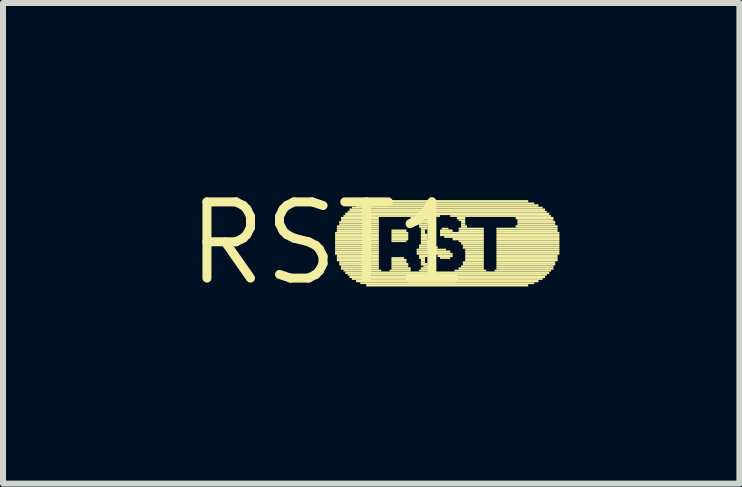
<source format=kicad_pcb>
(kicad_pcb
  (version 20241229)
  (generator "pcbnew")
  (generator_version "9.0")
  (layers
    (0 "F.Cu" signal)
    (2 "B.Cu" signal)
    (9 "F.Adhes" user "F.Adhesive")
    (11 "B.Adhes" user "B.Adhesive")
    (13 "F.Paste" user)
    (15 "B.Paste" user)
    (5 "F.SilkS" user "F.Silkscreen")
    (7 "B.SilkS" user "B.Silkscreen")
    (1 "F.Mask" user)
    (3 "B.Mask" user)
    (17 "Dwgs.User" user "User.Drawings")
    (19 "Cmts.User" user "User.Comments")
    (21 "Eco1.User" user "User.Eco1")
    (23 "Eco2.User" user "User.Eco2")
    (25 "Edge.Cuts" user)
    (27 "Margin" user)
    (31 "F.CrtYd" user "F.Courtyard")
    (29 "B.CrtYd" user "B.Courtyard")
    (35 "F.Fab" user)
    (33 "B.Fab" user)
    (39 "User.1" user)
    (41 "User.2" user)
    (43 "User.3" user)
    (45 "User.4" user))
  (footprint "RST1"
    (layer "F.Cu")
    (at 2.426 1.006)
    (property "Reference" "RST1" (at 0 0 0) (layer "F.SilkS") (effects (font (size 1.27 1.27) (thickness 0.15))))
    (fp_poly (pts (xy 0.11 -0.16) (xy 0.84 -0.16) (xy 0.84 -0.19) (xy 0.11 -0.19)) (stroke (width 0) (type default)) (fill yes) (layer "F.SilkS"))
    (fp_poly (pts (xy 0.11 -0.12) (xy 0.84 -0.12) (xy 0.84 -0.16) (xy 0.11 -0.16)) (stroke (width 0) (type default)) (fill yes) (layer "F.SilkS"))
    (fp_poly (pts (xy 0.11 -0.09) (xy 0.84 -0.09) (xy 0.84 -0.12) (xy 0.11 -0.12)) (stroke (width 0) (type default)) (fill yes) (layer "F.SilkS"))
    (fp_poly (pts (xy 0.11 -0.05) (xy 0.84 -0.05) (xy 0.84 -0.09) (xy 0.11 -0.09)) (stroke (width 0) (type default)) (fill yes) (layer "F.SilkS"))
    (fp_poly (pts (xy 0.11 -0.02) (xy 0.84 -0.02) (xy 0.84 -0.05) (xy 0.11 -0.05)) (stroke (width 0) (type default)) (fill yes) (layer "F.SilkS"))
    (fp_poly (pts (xy 0.11 0.02) (xy 0.84 0.02) (xy 0.84 -0.02) (xy 0.11 -0.02)) (stroke (width 0) (type default)) (fill yes) (layer "F.SilkS"))
    (fp_poly (pts (xy 0.11 0.05) (xy 0.84 0.05) (xy 0.84 0.02) (xy 0.11 0.02)) (stroke (width 0) (type default)) (fill yes) (layer "F.SilkS"))
    (fp_poly (pts (xy 0.11 0.09) (xy 0.84 0.09) (xy 0.84 0.05) (xy 0.11 0.05)) (stroke (width 0) (type default)) (fill yes) (layer "F.SilkS"))
    (fp_poly (pts (xy 0.11 0.12) (xy 0.84 0.12) (xy 0.84 0.09) (xy 0.11 0.09)) (stroke (width 0) (type default)) (fill yes) (layer "F.SilkS"))
    (fp_poly (pts (xy 0.11 0.16) (xy 0.84 0.16) (xy 0.84 0.12) (xy 0.11 0.12)) (stroke (width 0) (type default)) (fill yes) (layer "F.SilkS"))
    (fp_poly (pts (xy 0.11 0.19) (xy 0.84 0.19) (xy 0.84 0.16) (xy 0.11 0.16)) (stroke (width 0) (type default)) (fill yes) (layer "F.SilkS"))
    (fp_poly (pts (xy 0.14 -0.26) (xy 0.84 -0.26) (xy 0.84 -0.3) (xy 0.14 -0.3)) (stroke (width 0) (type default)) (fill yes) (layer "F.SilkS"))
    (fp_poly (pts (xy 0.14 -0.23) (xy 0.84 -0.23) (xy 0.84 -0.26) (xy 0.14 -0.26)) (stroke (width 0) (type default)) (fill yes) (layer "F.SilkS"))
    (fp_poly (pts (xy 0.14 -0.19) (xy 0.84 -0.19) (xy 0.84 -0.23) (xy 0.14 -0.23)) (stroke (width 0) (type default)) (fill yes) (layer "F.SilkS"))
    (fp_poly (pts (xy 0.14 0.23) (xy 0.84 0.23) (xy 0.84 0.19) (xy 0.14 0.19)) (stroke (width 0) (type default)) (fill yes) (layer "F.SilkS"))
    (fp_poly (pts (xy 0.14 0.26) (xy 0.84 0.26) (xy 0.84 0.23) (xy 0.14 0.23)) (stroke (width 0) (type default)) (fill yes) (layer "F.SilkS"))
    (fp_poly (pts (xy 0.14 0.3) (xy 0.84 0.3) (xy 0.84 0.26) (xy 0.14 0.26)) (stroke (width 0) (type default)) (fill yes) (layer "F.SilkS"))
    (fp_poly (pts (xy 0.18 -0.33) (xy 0.84 -0.33) (xy 0.84 -0.37) (xy 0.18 -0.37)) (stroke (width 0) (type default)) (fill yes) (layer "F.SilkS"))
    (fp_poly (pts (xy 0.18 -0.3) (xy 0.84 -0.3) (xy 0.84 -0.33) (xy 0.18 -0.33)) (stroke (width 0) (type default)) (fill yes) (layer "F.SilkS"))
    (fp_poly (pts (xy 0.18 0.33) (xy 0.84 0.33) (xy 0.84 0.3) (xy 0.18 0.3)) (stroke (width 0) (type default)) (fill yes) (layer "F.SilkS"))
    (fp_poly (pts (xy 0.18 0.37) (xy 0.84 0.37) (xy 0.84 0.33) (xy 0.18 0.33)) (stroke (width 0) (type default)) (fill yes) (layer "F.SilkS"))
    (fp_poly (pts (xy 0.21 -0.4) (xy 0.84 -0.4) (xy 0.84 -0.44) (xy 0.21 -0.44)) (stroke (width 0) (type default)) (fill yes) (layer "F.SilkS"))
    (fp_poly (pts (xy 0.21 -0.37) (xy 0.84 -0.37) (xy 0.84 -0.4) (xy 0.21 -0.4)) (stroke (width 0) (type default)) (fill yes) (layer "F.SilkS"))
    (fp_poly (pts (xy 0.21 0.4) (xy 0.84 0.4) (xy 0.84 0.37) (xy 0.21 0.37)) (stroke (width 0) (type default)) (fill yes) (layer "F.SilkS"))
    (fp_poly (pts (xy 0.21 0.44) (xy 0.84 0.44) (xy 0.84 0.4) (xy 0.21 0.4)) (stroke (width 0) (type default)) (fill yes) (layer "F.SilkS"))
    (fp_poly (pts (xy 0.25 -0.44) (xy 1.86 -0.44) (xy 1.86 -0.47) (xy 0.25 -0.47)) (stroke (width 0) (type default)) (fill yes) (layer "F.SilkS"))
    (fp_poly (pts (xy 0.25 0.47) (xy 0.88 0.47) (xy 0.88 0.44) (xy 0.25 0.44)) (stroke (width 0) (type default)) (fill yes) (layer "F.SilkS"))
    (fp_poly (pts (xy 0.28 -0.47) (xy 3.68 -0.47) (xy 3.68 -0.51) (xy 0.28 -0.51)) (stroke (width 0) (type default)) (fill yes) (layer "F.SilkS"))
    (fp_poly (pts (xy 0.28 0.51) (xy 3.68 0.51) (xy 3.68 0.47) (xy 0.28 0.47)) (stroke (width 0) (type default)) (fill yes) (layer "F.SilkS"))
    (fp_poly (pts (xy 0.32 -0.51) (xy 3.64 -0.51) (xy 3.64 -0.54) (xy 0.32 -0.54)) (stroke (width 0) (type default)) (fill yes) (layer "F.SilkS"))
    (fp_poly (pts (xy 0.32 0.54) (xy 3.64 0.54) (xy 3.64 0.51) (xy 0.32 0.51)) (stroke (width 0) (type default)) (fill yes) (layer "F.SilkS"))
    (fp_poly (pts (xy 0.35 -0.54) (xy 3.61 -0.54) (xy 3.61 -0.58) (xy 0.35 -0.58)) (stroke (width 0) (type default)) (fill yes) (layer "F.SilkS"))
    (fp_poly (pts (xy 0.35 0.58) (xy 3.61 0.58) (xy 3.61 0.54) (xy 0.35 0.54)) (stroke (width 0) (type default)) (fill yes) (layer "F.SilkS"))
    (fp_poly (pts (xy 0.39 -0.58) (xy 3.57 -0.58) (xy 3.57 -0.61) (xy 0.39 -0.61)) (stroke (width 0) (type default)) (fill yes) (layer "F.SilkS"))
    (fp_poly (pts (xy 0.39 0.61) (xy 3.57 0.61) (xy 3.57 0.58) (xy 0.39 0.58)) (stroke (width 0) (type default)) (fill yes) (layer "F.SilkS"))
    (fp_poly (pts (xy 0.46 -0.61) (xy 3.5 -0.61) (xy 3.5 -0.65) (xy 0.46 -0.65)) (stroke (width 0) (type default)) (fill yes) (layer "F.SilkS"))
    (fp_poly (pts (xy 0.46 0.65) (xy 3.5 0.65) (xy 3.5 0.61) (xy 0.46 0.61)) (stroke (width 0) (type default)) (fill yes) (layer "F.SilkS"))
    (fp_poly (pts (xy 0.53 -0.65) (xy 3.43 -0.65) (xy 3.43 -0.68) (xy 0.53 -0.68)) (stroke (width 0) (type default)) (fill yes) (layer "F.SilkS"))
    (fp_poly (pts (xy 0.53 0.68) (xy 3.43 0.68) (xy 3.43 0.65) (xy 0.53 0.65)) (stroke (width 0) (type default)) (fill yes) (layer "F.SilkS"))
    (fp_poly (pts (xy 0.63 -0.68) (xy 3.33 -0.68) (xy 3.33 -0.72) (xy 0.63 -0.72)) (stroke (width 0) (type default)) (fill yes) (layer "F.SilkS"))
    (fp_poly (pts (xy 0.63 0.72) (xy 3.33 0.72) (xy 3.33 0.68) (xy 0.63 0.68)) (stroke (width 0) (type default)) (fill yes) (layer "F.SilkS"))
    (fp_poly (pts (xy 1.02 0.47) (xy 1.37 0.47) (xy 1.37 0.44) (xy 1.02 0.44)) (stroke (width 0) (type default)) (fill yes) (layer "F.SilkS"))
    (fp_poly (pts (xy 1.05 -0.19) (xy 1.3 -0.19) (xy 1.3 -0.23) (xy 1.05 -0.23)) (stroke (width 0) (type default)) (fill yes) (layer "F.SilkS"))
    (fp_poly (pts (xy 1.05 -0.16) (xy 1.33 -0.16) (xy 1.33 -0.19) (xy 1.05 -0.19)) (stroke (width 0) (type default)) (fill yes) (layer "F.SilkS"))
    (fp_poly (pts (xy 1.05 -0.12) (xy 1.33 -0.12) (xy 1.33 -0.16) (xy 1.05 -0.16)) (stroke (width 0) (type default)) (fill yes) (layer "F.SilkS"))
    (fp_poly (pts (xy 1.05 -0.09) (xy 1.33 -0.09) (xy 1.33 -0.12) (xy 1.05 -0.12)) (stroke (width 0) (type default)) (fill yes) (layer "F.SilkS"))
    (fp_poly (pts (xy 1.05 -0.05) (xy 1.33 -0.05) (xy 1.33 -0.09) (xy 1.05 -0.09)) (stroke (width 0) (type default)) (fill yes) (layer "F.SilkS"))
    (fp_poly (pts (xy 1.05 -0.02) (xy 1.3 -0.02) (xy 1.3 -0.05) (xy 1.05 -0.05)) (stroke (width 0) (type default)) (fill yes) (layer "F.SilkS"))
    (fp_poly (pts (xy 1.05 0.26) (xy 1.26 0.26) (xy 1.26 0.23) (xy 1.05 0.23)) (stroke (width 0) (type default)) (fill yes) (layer "F.SilkS"))
    (fp_poly (pts (xy 1.05 0.3) (xy 1.3 0.3) (xy 1.3 0.26) (xy 1.05 0.26)) (stroke (width 0) (type default)) (fill yes) (layer "F.SilkS"))
    (fp_poly (pts (xy 1.05 0.33) (xy 1.3 0.33) (xy 1.3 0.3) (xy 1.05 0.3)) (stroke (width 0) (type default)) (fill yes) (layer "F.SilkS"))
    (fp_poly (pts (xy 1.05 0.37) (xy 1.33 0.37) (xy 1.33 0.33) (xy 1.05 0.33)) (stroke (width 0) (type default)) (fill yes) (layer "F.SilkS"))
    (fp_poly (pts (xy 1.05 0.4) (xy 1.33 0.4) (xy 1.33 0.37) (xy 1.05 0.37)) (stroke (width 0) (type default)) (fill yes) (layer "F.SilkS"))
    (fp_poly (pts (xy 1.05 0.44) (xy 1.37 0.44) (xy 1.37 0.4) (xy 1.05 0.4)) (stroke (width 0) (type default)) (fill yes) (layer "F.SilkS"))
    (fp_poly (pts (xy 1.37 -0.4) (xy 1.75 -0.4) (xy 1.75 -0.44) (xy 1.37 -0.44)) (stroke (width 0) (type default)) (fill yes) (layer "F.SilkS"))
    (fp_poly (pts (xy 1.4 -0.37) (xy 1.72 -0.37) (xy 1.72 -0.4) (xy 1.4 -0.4)) (stroke (width 0) (type default)) (fill yes) (layer "F.SilkS"))
    (fp_poly (pts (xy 1.47 -0.33) (xy 1.68 -0.33) (xy 1.68 -0.37) (xy 1.47 -0.37)) (stroke (width 0) (type default)) (fill yes) (layer "F.SilkS"))
    (fp_poly (pts (xy 1.47 0.12) (xy 1.96 0.12) (xy 1.96 0.09) (xy 1.47 0.09)) (stroke (width 0) (type default)) (fill yes) (layer "F.SilkS"))
    (fp_poly (pts (xy 1.47 0.16) (xy 2.03 0.16) (xy 2.03 0.12) (xy 1.47 0.12)) (stroke (width 0) (type default)) (fill yes) (layer "F.SilkS"))
    (fp_poly (pts (xy 1.47 0.19) (xy 1.68 0.19) (xy 1.68 0.16) (xy 1.47 0.16)) (stroke (width 0) (type default)) (fill yes) (layer "F.SilkS"))
    (fp_poly (pts (xy 1.51 -0.3) (xy 1.65 -0.3) (xy 1.65 -0.33) (xy 1.51 -0.33)) (stroke (width 0) (type default)) (fill yes) (layer "F.SilkS"))
    (fp_poly (pts (xy 1.51 -0.26) (xy 1.65 -0.26) (xy 1.65 -0.3) (xy 1.51 -0.3)) (stroke (width 0) (type default)) (fill yes) (layer "F.SilkS"))
    (fp_poly (pts (xy 1.51 0.05) (xy 1.75 0.05) (xy 1.75 0.02) (xy 1.51 0.02)) (stroke (width 0) (type default)) (fill yes) (layer "F.SilkS"))
    (fp_poly (pts (xy 1.51 0.09) (xy 1.82 0.09) (xy 1.82 0.05) (xy 1.51 0.05)) (stroke (width 0) (type default)) (fill yes) (layer "F.SilkS"))
    (fp_poly (pts (xy 1.51 0.23) (xy 1.65 0.23) (xy 1.65 0.19) (xy 1.51 0.19)) (stroke (width 0) (type default)) (fill yes) (layer "F.SilkS"))
    (fp_poly (pts (xy 1.51 0.26) (xy 1.61 0.26) (xy 1.61 0.23) (xy 1.51 0.23)) (stroke (width 0) (type default)) (fill yes) (layer "F.SilkS"))
    (fp_poly (pts (xy 1.51 0.47) (xy 1.79 0.47) (xy 1.79 0.44) (xy 1.51 0.44)) (stroke (width 0) (type default)) (fill yes) (layer "F.SilkS"))
    (fp_poly (pts (xy 1.54 -0.23) (xy 1.65 -0.23) (xy 1.65 -0.26) (xy 1.54 -0.26)) (stroke (width 0) (type default)) (fill yes) (layer "F.SilkS"))
    (fp_poly (pts (xy 1.54 -0.19) (xy 1.61 -0.19) (xy 1.61 -0.23) (xy 1.54 -0.23)) (stroke (width 0) (type default)) (fill yes) (layer "F.SilkS"))
    (fp_poly (pts (xy 1.54 -0.16) (xy 1.61 -0.16) (xy 1.61 -0.19) (xy 1.54 -0.19)) (stroke (width 0) (type default)) (fill yes) (layer "F.SilkS"))
    (fp_poly (pts (xy 1.54 -0.12) (xy 1.65 -0.12) (xy 1.65 -0.16) (xy 1.54 -0.16)) (stroke (width 0) (type default)) (fill yes) (layer "F.SilkS"))
    (fp_poly (pts (xy 1.54 -0.09) (xy 1.65 -0.09) (xy 1.65 -0.12) (xy 1.54 -0.12)) (stroke (width 0) (type default)) (fill yes) (layer "F.SilkS"))
    (fp_poly (pts (xy 1.54 -0.05) (xy 1.65 -0.05) (xy 1.65 -0.09) (xy 1.54 -0.09)) (stroke (width 0) (type default)) (fill yes) (layer "F.SilkS"))
    (fp_poly (pts (xy 1.54 -0.02) (xy 1.68 -0.02) (xy 1.68 -0.05) (xy 1.54 -0.05)) (stroke (width 0) (type default)) (fill yes) (layer "F.SilkS"))
    (fp_poly (pts (xy 1.54 0.02) (xy 1.68 0.02) (xy 1.68 -0.02) (xy 1.54 -0.02)) (stroke (width 0) (type default)) (fill yes) (layer "F.SilkS"))
    (fp_poly (pts (xy 1.54 0.3) (xy 1.61 0.3) (xy 1.61 0.26) (xy 1.54 0.26)) (stroke (width 0) (type default)) (fill yes) (layer "F.SilkS"))
    (fp_poly (pts (xy 1.54 0.33) (xy 1.61 0.33) (xy 1.61 0.3) (xy 1.54 0.3)) (stroke (width 0) (type default)) (fill yes) (layer "F.SilkS"))
    (fp_poly (pts (xy 1.54 0.37) (xy 1.65 0.37) (xy 1.65 0.33) (xy 1.54 0.33)) (stroke (width 0) (type default)) (fill yes) (layer "F.SilkS"))
    (fp_poly (pts (xy 1.54 0.44) (xy 1.72 0.44) (xy 1.72 0.4) (xy 1.54 0.4)) (stroke (width 0) (type default)) (fill yes) (layer "F.SilkS"))
    (fp_poly (pts (xy 1.58 0.4) (xy 1.68 0.4) (xy 1.68 0.37) (xy 1.58 0.37)) (stroke (width 0) (type default)) (fill yes) (layer "F.SilkS"))
    (fp_poly (pts (xy 1.79 0.19) (xy 2.07 0.19) (xy 2.07 0.16) (xy 1.79 0.16)) (stroke (width 0) (type default)) (fill yes) (layer "F.SilkS"))
    (fp_poly (pts (xy 1.82 0.23) (xy 2.07 0.23) (xy 2.07 0.19) (xy 1.82 0.19)) (stroke (width 0) (type default)) (fill yes) (layer "F.SilkS"))
    (fp_poly (pts (xy 1.86 -0.19) (xy 2.07 -0.19) (xy 2.07 -0.23) (xy 1.86 -0.23)) (stroke (width 0) (type default)) (fill yes) (layer "F.SilkS"))
    (fp_poly (pts (xy 1.86 -0.16) (xy 2.59 -0.16) (xy 2.59 -0.19) (xy 1.86 -0.19)) (stroke (width 0) (type default)) (fill yes) (layer "F.SilkS"))
    (fp_poly (pts (xy 1.86 -0.12) (xy 2.59 -0.12) (xy 2.59 -0.16) (xy 1.86 -0.16)) (stroke (width 0) (type default)) (fill yes) (layer "F.SilkS"))
    (fp_poly (pts (xy 1.86 0.26) (xy 2.03 0.26) (xy 2.03 0.23) (xy 1.86 0.23)) (stroke (width 0) (type default)) (fill yes) (layer "F.SilkS"))
    (fp_poly (pts (xy 1.89 -0.23) (xy 2 -0.23) (xy 2 -0.26) (xy 1.89 -0.26)) (stroke (width 0) (type default)) (fill yes) (layer "F.SilkS"))
    (fp_poly (pts (xy 1.93 -0.09) (xy 2.59 -0.09) (xy 2.59 -0.12) (xy 1.93 -0.12)) (stroke (width 0) (type default)) (fill yes) (layer "F.SilkS"))
    (fp_poly (pts (xy 2.03 -0.44) (xy 3.71 -0.44) (xy 3.71 -0.47) (xy 2.03 -0.47)) (stroke (width 0) (type default)) (fill yes) (layer "F.SilkS"))
    (fp_poly (pts (xy 2.07 -0.05) (xy 2.59 -0.05) (xy 2.59 -0.09) (xy 2.07 -0.09)) (stroke (width 0) (type default)) (fill yes) (layer "F.SilkS"))
    (fp_poly (pts (xy 2.1 0.47) (xy 2.63 0.47) (xy 2.63 0.44) (xy 2.1 0.44)) (stroke (width 0) (type default)) (fill yes) (layer "F.SilkS"))
    (fp_poly (pts (xy 2.14 -0.4) (xy 2.28 -0.4) (xy 2.28 -0.44) (xy 2.14 -0.44)) (stroke (width 0) (type default)) (fill yes) (layer "F.SilkS"))
    (fp_poly (pts (xy 2.17 -0.37) (xy 2.28 -0.37) (xy 2.28 -0.4) (xy 2.17 -0.4)) (stroke (width 0) (type default)) (fill yes) (layer "F.SilkS"))
    (fp_poly (pts (xy 2.17 -0.23) (xy 2.59 -0.23) (xy 2.59 -0.26) (xy 2.17 -0.26)) (stroke (width 0) (type default)) (fill yes) (layer "F.SilkS"))
    (fp_poly (pts (xy 2.17 -0.19) (xy 2.59 -0.19) (xy 2.59 -0.23) (xy 2.17 -0.23)) (stroke (width 0) (type default)) (fill yes) (layer "F.SilkS"))
    (fp_poly (pts (xy 2.17 -0.02) (xy 2.59 -0.02) (xy 2.59 -0.05) (xy 2.17 -0.05)) (stroke (width 0) (type default)) (fill yes) (layer "F.SilkS"))
    (fp_poly (pts (xy 2.17 0.44) (xy 2.59 0.44) (xy 2.59 0.4) (xy 2.17 0.4)) (stroke (width 0) (type default)) (fill yes) (layer "F.SilkS"))
    (fp_poly (pts (xy 2.21 -0.33) (xy 2.28 -0.33) (xy 2.28 -0.37) (xy 2.21 -0.37)) (stroke (width 0) (type default)) (fill yes) (layer "F.SilkS"))
    (fp_poly (pts (xy 2.21 -0.3) (xy 2.28 -0.3) (xy 2.28 -0.33) (xy 2.21 -0.33)) (stroke (width 0) (type default)) (fill yes) (layer "F.SilkS"))
    (fp_poly (pts (xy 2.21 -0.26) (xy 2.31 -0.26) (xy 2.31 -0.3) (xy 2.21 -0.3)) (stroke (width 0) (type default)) (fill yes) (layer "F.SilkS"))
    (fp_poly (pts (xy 2.21 0.02) (xy 2.59 0.02) (xy 2.59 -0.02) (xy 2.21 -0.02)) (stroke (width 0) (type default)) (fill yes) (layer "F.SilkS"))
    (fp_poly (pts (xy 2.21 0.4) (xy 2.59 0.4) (xy 2.59 0.37) (xy 2.21 0.37)) (stroke (width 0) (type default)) (fill yes) (layer "F.SilkS"))
    (fp_poly (pts (xy 2.24 0.05) (xy 2.59 0.05) (xy 2.59 0.02) (xy 2.24 0.02)) (stroke (width 0) (type default)) (fill yes) (layer "F.SilkS"))
    (fp_poly (pts (xy 2.24 0.09) (xy 2.59 0.09) (xy 2.59 0.05) (xy 2.24 0.05)) (stroke (width 0) (type default)) (fill yes) (layer "F.SilkS"))
    (fp_poly (pts (xy 2.24 0.33) (xy 2.59 0.33) (xy 2.59 0.3) (xy 2.24 0.3)) (stroke (width 0) (type default)) (fill yes) (layer "F.SilkS"))
    (fp_poly (pts (xy 2.24 0.37) (xy 2.59 0.37) (xy 2.59 0.33) (xy 2.24 0.33)) (stroke (width 0) (type default)) (fill yes) (layer "F.SilkS"))
    (fp_poly (pts (xy 2.28 0.12) (xy 2.59 0.12) (xy 2.59 0.09) (xy 2.28 0.09)) (stroke (width 0) (type default)) (fill yes) (layer "F.SilkS"))
    (fp_poly (pts (xy 2.28 0.16) (xy 2.59 0.16) (xy 2.59 0.12) (xy 2.28 0.12)) (stroke (width 0) (type default)) (fill yes) (layer "F.SilkS"))
    (fp_poly (pts (xy 2.28 0.19) (xy 2.59 0.19) (xy 2.59 0.16) (xy 2.28 0.16)) (stroke (width 0) (type default)) (fill yes) (layer "F.SilkS"))
    (fp_poly (pts (xy 2.28 0.23) (xy 2.59 0.23) (xy 2.59 0.19) (xy 2.28 0.19)) (stroke (width 0) (type default)) (fill yes) (layer "F.SilkS"))
    (fp_poly (pts (xy 2.28 0.26) (xy 2.59 0.26) (xy 2.59 0.23) (xy 2.28 0.23)) (stroke (width 0) (type default)) (fill yes) (layer "F.SilkS"))
    (fp_poly (pts (xy 2.28 0.3) (xy 2.59 0.3) (xy 2.59 0.26) (xy 2.28 0.26)) (stroke (width 0) (type default)) (fill yes) (layer "F.SilkS"))
    (fp_poly (pts (xy 2.77 0.47) (xy 3.71 0.47) (xy 3.71 0.44) (xy 2.77 0.44)) (stroke (width 0) (type default)) (fill yes) (layer "F.SilkS"))
    (fp_poly (pts (xy 2.8 -0.23) (xy 3.82 -0.23) (xy 3.82 -0.26) (xy 2.8 -0.26)) (stroke (width 0) (type default)) (fill yes) (layer "F.SilkS"))
    (fp_poly (pts (xy 2.8 -0.19) (xy 3.82 -0.19) (xy 3.82 -0.23) (xy 2.8 -0.23)) (stroke (width 0) (type default)) (fill yes) (layer "F.SilkS"))
    (fp_poly (pts (xy 2.8 -0.16) (xy 3.85 -0.16) (xy 3.85 -0.19) (xy 2.8 -0.19)) (stroke (width 0) (type default)) (fill yes) (layer "F.SilkS"))
    (fp_poly (pts (xy 2.8 -0.12) (xy 3.85 -0.12) (xy 3.85 -0.16) (xy 2.8 -0.16)) (stroke (width 0) (type default)) (fill yes) (layer "F.SilkS"))
    (fp_poly (pts (xy 2.8 -0.09) (xy 3.85 -0.09) (xy 3.85 -0.12) (xy 2.8 -0.12)) (stroke (width 0) (type default)) (fill yes) (layer "F.SilkS"))
    (fp_poly (pts (xy 2.8 -0.05) (xy 3.85 -0.05) (xy 3.85 -0.09) (xy 2.8 -0.09)) (stroke (width 0) (type default)) (fill yes) (layer "F.SilkS"))
    (fp_poly (pts (xy 2.8 -0.02) (xy 3.85 -0.02) (xy 3.85 -0.05) (xy 2.8 -0.05)) (stroke (width 0) (type default)) (fill yes) (layer "F.SilkS"))
    (fp_poly (pts (xy 2.8 0.02) (xy 3.85 0.02) (xy 3.85 -0.02) (xy 2.8 -0.02)) (stroke (width 0) (type default)) (fill yes) (layer "F.SilkS"))
    (fp_poly (pts (xy 2.8 0.05) (xy 3.85 0.05) (xy 3.85 0.02) (xy 2.8 0.02)) (stroke (width 0) (type default)) (fill yes) (layer "F.SilkS"))
    (fp_poly (pts (xy 2.8 0.09) (xy 3.85 0.09) (xy 3.85 0.05) (xy 2.8 0.05)) (stroke (width 0) (type default)) (fill yes) (layer "F.SilkS"))
    (fp_poly (pts (xy 2.8 0.12) (xy 3.85 0.12) (xy 3.85 0.09) (xy 2.8 0.09)) (stroke (width 0) (type default)) (fill yes) (layer "F.SilkS"))
    (fp_poly (pts (xy 2.8 0.16) (xy 3.85 0.16) (xy 3.85 0.12) (xy 2.8 0.12)) (stroke (width 0) (type default)) (fill yes) (layer "F.SilkS"))
    (fp_poly (pts (xy 2.8 0.19) (xy 3.85 0.19) (xy 3.85 0.16) (xy 2.8 0.16)) (stroke (width 0) (type default)) (fill yes) (layer "F.SilkS"))
    (fp_poly (pts (xy 2.8 0.23) (xy 3.82 0.23) (xy 3.82 0.19) (xy 2.8 0.19)) (stroke (width 0) (type default)) (fill yes) (layer "F.SilkS"))
    (fp_poly (pts (xy 2.8 0.26) (xy 3.82 0.26) (xy 3.82 0.23) (xy 2.8 0.23)) (stroke (width 0) (type default)) (fill yes) (layer "F.SilkS"))
    (fp_poly (pts (xy 2.8 0.3) (xy 3.82 0.3) (xy 3.82 0.26) (xy 2.8 0.26)) (stroke (width 0) (type default)) (fill yes) (layer "F.SilkS"))
    (fp_poly (pts (xy 2.8 0.33) (xy 3.78 0.33) (xy 3.78 0.3) (xy 2.8 0.3)) (stroke (width 0) (type default)) (fill yes) (layer "F.SilkS"))
    (fp_poly (pts (xy 2.8 0.37) (xy 3.78 0.37) (xy 3.78 0.33) (xy 2.8 0.33)) (stroke (width 0) (type default)) (fill yes) (layer "F.SilkS"))
    (fp_poly (pts (xy 2.8 0.4) (xy 3.75 0.4) (xy 3.75 0.37) (xy 2.8 0.37)) (stroke (width 0) (type default)) (fill yes) (layer "F.SilkS"))
    (fp_poly (pts (xy 2.8 0.44) (xy 3.75 0.44) (xy 3.75 0.4) (xy 2.8 0.4)) (stroke (width 0) (type default)) (fill yes) (layer "F.SilkS"))
    (fp_poly (pts (xy 3.12 -0.4) (xy 3.75 -0.4) (xy 3.75 -0.44) (xy 3.12 -0.44)) (stroke (width 0) (type default)) (fill yes) (layer "F.SilkS"))
    (fp_poly (pts (xy 3.12 -0.26) (xy 3.82 -0.26) (xy 3.82 -0.3) (xy 3.12 -0.3)) (stroke (width 0) (type default)) (fill yes) (layer "F.SilkS"))
    (fp_poly (pts (xy 3.15 -0.37) (xy 3.75 -0.37) (xy 3.75 -0.4) (xy 3.15 -0.4)) (stroke (width 0) (type default)) (fill yes) (layer "F.SilkS"))
    (fp_poly (pts (xy 3.15 -0.33) (xy 3.78 -0.33) (xy 3.78 -0.37) (xy 3.15 -0.37)) (stroke (width 0) (type default)) (fill yes) (layer "F.SilkS"))
    (fp_poly (pts (xy 3.15 -0.3) (xy 3.78 -0.3) (xy 3.78 -0.33) (xy 3.15 -0.33)) (stroke (width 0) (type default)) (fill yes) (layer "F.SilkS")))
  (gr_rect
    (start -3 -3)
    (end 9.276 5.012)
    (stroke (width 0.1) (type default))
    (fill no)
    (layer "Edge.Cuts")))
</source>
